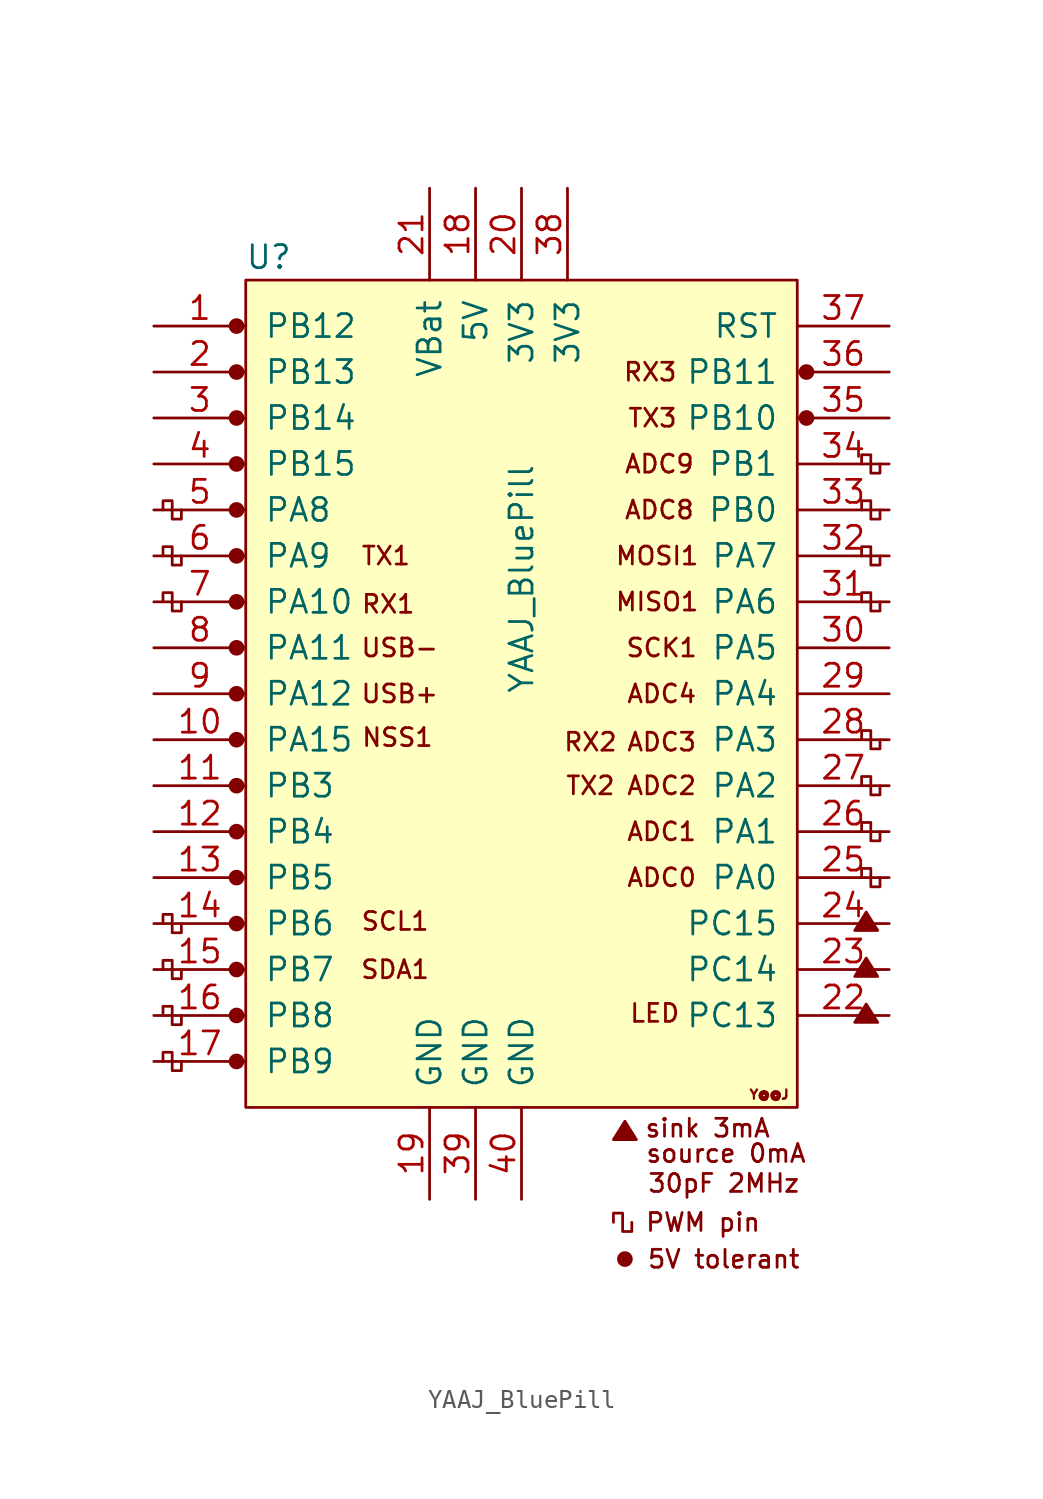
<source format=kicad_sym>
(kicad_symbol_lib
  (version 20211014)
  (generator kicad_symbol_editor)
  (symbol "YAAJ_BluePill"
    (pin_names
      (offset 1.016))
    (property "Reference" "U"
      (at -13.97 24.13 0)
      (effects (font (size 1.27 1.27))))
    (property "Value" "YAAJ_BluePill"
      (at 0 6.35 90)
      (effects (font (size 1.27 1.27))))
    (symbol "YAAJ_BluePill_0_0"
      (circle (center -15.748 -20.32) (radius 0.356) (stroke (width 0) (type default) (color 0 0 0 0)) (fill (type outline)))
      (circle (center -15.748 -17.78) (radius 0.356) (stroke (width 0) (type default) (color 0 0 0 0)) (fill (type outline)))
      (circle (center -15.748 -15.24) (radius 0.356) (stroke (width 0) (type default) (color 0 0 0 0)) (fill (type outline)))
      (circle (center -15.748 -12.7) (radius 0.356) (stroke (width 0) (type default) (color 0 0 0 0)) (fill (type outline)))
      (circle (center -15.748 -10.16) (radius 0.356) (stroke (width 0) (type default) (color 0 0 0 0)) (fill (type outline)))
      (circle (center -15.748 -7.62) (radius 0.356) (stroke (width 0) (type default) (color 0 0 0 0)) (fill (type outline)))
      (circle (center -15.748 -5.08) (radius 0.356) (stroke (width 0) (type default) (color 0 0 0 0)) (fill (type outline)))
      (circle (center -15.748 -2.54) (radius 0.356) (stroke (width 0) (type default) (color 0 0 0 0)) (fill (type outline)))
      (circle (center -15.748 0) (radius 0.356) (stroke (width 0) (type default) (color 0 0 0 0)) (fill (type outline)))
      (circle (center -15.748 2.54) (radius 0.356) (stroke (width 0) (type default) (color 0 0 0 0)) (fill (type outline)))
      (circle (center -15.748 5.08) (radius 0.356) (stroke (width 0) (type default) (color 0 0 0 0)) (fill (type outline)))
      (circle (center -15.748 7.62) (radius 0.356) (stroke (width 0) (type default) (color 0 0 0 0)) (fill (type outline)))
      (circle (center -15.748 10.16) (radius 0.356) (stroke (width 0) (type default) (color 0 0 0 0)) (fill (type outline)))
      (circle (center -15.748 12.7) (radius 0.356) (stroke (width 0) (type default) (color 0 0 0 0)) (fill (type outline)))
      (circle (center -15.748 15.24) (radius 0.356) (stroke (width 0) (type default) (color 0 0 0 0)) (fill (type outline)))
      (circle (center -15.748 20.32) (radius 0.356) (stroke (width 0) (type default) (color 0 0 0 0)) (fill (type outline)))
      (polyline (pts (xy 5.08 -24.638) (xy 5.715 -23.622) (xy 6.35 -24.638) (xy 5.08 -24.638) (xy 5.715 -23.749) (xy 6.223 -24.638) (xy 5.207 -24.511) (xy 5.715 -23.876) (xy 6.096 -24.638) (xy 5.334 -24.384) (xy 5.842 -24.003) (xy 5.969 -24.638) (xy 5.461 -24.257) (xy 5.969 -24.13) (xy 5.842 -24.511) (xy 5.588 -24.257) (xy 5.842 -24.384) (xy 5.715 -24.13)) (stroke (width 0) (type default) (color 0 0 0 0)) (fill (type none)))
      (polyline (pts (xy 18.415 -18.161) (xy 19.05 -17.145) (xy 19.685 -18.161) (xy 18.415 -18.161) (xy 19.05 -17.272) (xy 19.558 -18.161) (xy 18.542 -18.034) (xy 19.05 -17.399) (xy 19.431 -18.161) (xy 18.669 -17.907) (xy 19.177 -17.526) (xy 19.304 -18.161) (xy 18.796 -17.78) (xy 19.304 -17.653) (xy 19.177 -18.034) (xy 18.923 -17.78) (xy 19.177 -17.907) (xy 19.05 -17.653)) (stroke (width 0) (type default) (color 0 0 0 0)) (fill (type none)))
      (polyline (pts (xy 18.415 -15.621) (xy 19.05 -14.605) (xy 19.685 -15.621) (xy 18.415 -15.621) (xy 19.05 -14.732) (xy 19.558 -15.621) (xy 18.542 -15.494) (xy 19.05 -14.859) (xy 19.431 -15.621) (xy 18.669 -15.367) (xy 19.177 -14.986) (xy 19.304 -15.621) (xy 18.796 -15.24) (xy 19.304 -15.113) (xy 19.177 -15.494) (xy 18.923 -15.24) (xy 19.177 -15.367) (xy 19.05 -15.113)) (stroke (width 0) (type default) (color 0 0 0 0)) (fill (type none)))
      (polyline (pts (xy 18.415 -13.081) (xy 19.05 -12.065) (xy 19.685 -13.081) (xy 18.415 -13.081) (xy 19.05 -12.192) (xy 19.558 -13.081) (xy 18.542 -12.954) (xy 19.05 -12.319) (xy 19.431 -13.081) (xy 18.669 -12.827) (xy 19.177 -12.446) (xy 19.304 -13.081) (xy 18.796 -12.7) (xy 19.304 -12.573) (xy 19.177 -12.954) (xy 18.923 -12.7) (xy 19.177 -12.827) (xy 19.05 -12.573)) (stroke (width 0) (type default) (color 0 0 0 0)) (fill (type none)))
      (circle (center 5.715 -31.242) (radius 0.127) (stroke (width 0) (type default) (color 0 0 0 0)) (fill (type outline)))
      (circle (center 5.715 -31.242) (radius 0.254) (stroke (width 0) (type default) (color 0 0 0 0)) (fill (type none)))
      (circle (center 5.715 -31.242) (radius 0.356) (stroke (width 0) (type default) (color 0 0 0 0)) (fill (type none)))
      (circle (center 15.748 15.24) (radius 0.254) (stroke (width 0) (type default) (color 0 0 0 0)) (fill (type outline)))
      (circle (center 15.748 15.24) (radius 0.356) (stroke (width 0) (type default) (color 0 0 0 0)) (fill (type none)))
      (circle (center 15.748 17.78) (radius 0.254) (stroke (width 0) (type default) (color 0 0 0 0)) (fill (type outline)))
      (circle (center 15.748 17.78) (radius 0.356) (stroke (width 0) (type default) (color 0 0 0 0)) (fill (type none)))
      (text "30pF 2MHz" (at 11.176 -27.051 0) (effects (font (size 0.991 0.991))))
      (text "5V tolerant" (at 11.176 -31.242 0) (effects (font (size 0.991 0.991))))
      (text "ADC0" (at 7.747 -10.16 0) (effects (font (size 0.991 0.991))))
      (text "ADC1" (at 7.747 -7.62 0) (effects (font (size 0.991 0.991))))
      (text "ADC2" (at 7.747 -5.08 0) (effects (font (size 0.991 0.991))))
      (text "ADC3" (at 7.747 -2.667 0) (effects (font (size 0.991 0.991))))
      (text "ADC4" (at 7.747 0 0) (effects (font (size 0.991 0.991))))
      (text "ADC8" (at 7.62 10.16 0) (effects (font (size 0.991 0.991))))
      (text "ADC9" (at 7.62 12.7 0) (effects (font (size 0.991 0.991))))
      (text "LED" (at 7.366 -17.653 0) (effects (font (size 0.991 0.991))))
      (text "MISO1" (at 7.493 5.08 0) (effects (font (size 0.991 0.991))))
      (text "MOSI1" (at 7.493 7.62 0) (effects (font (size 0.991 0.991))))
      (text "NSS1" (at -6.858 -2.413 0) (effects (font (size 0.991 0.991))))
      (text "PWM pin" (at 10.033 -29.21 0) (effects (font (size 0.991 0.991))))
      (text "RX1" (at -7.366 4.953 0) (effects (font (size 0.991 0.991))))
      (text "RX2" (at 3.81 -2.667 0) (effects (font (size 0.991 0.991))))
      (text "RX3" (at 7.112 17.78 0) (effects (font (size 0.991 0.991))))
      (text "SCK1" (at 7.747 2.54 0) (effects (font (size 0.991 0.991))))
      (text "SCL1" (at -6.985 -12.573 0) (effects (font (size 0.991 0.991))))
      (text "SDA1" (at -6.985 -15.24 0) (effects (font (size 0.991 0.991))))
      (text "sink 3mA" (at 10.287 -24.003 0) (effects (font (size 0.991 0.991))))
      (text "source 0mA" (at 11.303 -25.4 0) (effects (font (size 0.991 0.991))))
      (text "TX1" (at -7.493 7.62 0) (effects (font (size 0.991 0.991))))
      (text "TX2" (at 3.81 -5.08 0) (effects (font (size 0.991 0.991))))
      (text "TX3" (at 7.239 15.24 0) (effects (font (size 0.991 0.991))))
      (text "USB+" (at -6.731 0 0) (effects (font (size 0.991 0.991))))
      (text "USB-" (at -6.731 2.54 0) (effects (font (size 0.991 0.991))))
      (text "Y@@J" (at 13.691 -22.149 0) (effects (font (size 0.508 0.508)))))
    (symbol "YAAJ_BluePill_0_1"
      (rectangle (start -15.24 22.86) (end 15.24 -22.86) (stroke (width 0) (type default) (color 0 0 0 0)) (fill (type background)))
      (polyline (pts (xy -18.796 -20.32) (xy -18.796 -20.828) (xy -19.304 -20.828) (xy -19.304 -19.812) (xy -19.812 -19.812) (xy -19.812 -20.32)) (stroke (width 0) (type default) (color 0 0 0 0)) (fill (type none)))
      (polyline (pts (xy -18.796 -17.78) (xy -18.796 -18.288) (xy -19.304 -18.288) (xy -19.304 -17.272) (xy -19.812 -17.272) (xy -19.812 -17.78)) (stroke (width 0) (type default) (color 0 0 0 0)) (fill (type none)))
      (polyline (pts (xy -18.796 -15.24) (xy -18.796 -15.748) (xy -19.304 -15.748) (xy -19.304 -14.732) (xy -19.812 -14.732) (xy -19.812 -15.24)) (stroke (width 0) (type default) (color 0 0 0 0)) (fill (type none)))
      (polyline (pts (xy -18.796 -12.7) (xy -18.796 -13.208) (xy -19.304 -13.208) (xy -19.304 -12.192) (xy -19.812 -12.192) (xy -19.812 -12.7)) (stroke (width 0) (type default) (color 0 0 0 0)) (fill (type none)))
      (polyline (pts (xy -18.796 5.08) (xy -18.796 4.572) (xy -19.304 4.572) (xy -19.304 5.588) (xy -19.812 5.588) (xy -19.812 5.08)) (stroke (width 0) (type default) (color 0 0 0 0)) (fill (type none)))
      (polyline (pts (xy -18.796 7.62) (xy -18.796 7.112) (xy -19.304 7.112) (xy -19.304 8.128) (xy -19.812 8.128) (xy -19.812 7.62)) (stroke (width 0) (type default) (color 0 0 0 0)) (fill (type none)))
      (polyline (pts (xy -18.796 10.16) (xy -18.796 9.652) (xy -19.304 9.652) (xy -19.304 10.668) (xy -19.812 10.668) (xy -19.812 10.16)) (stroke (width 0) (type default) (color 0 0 0 0)) (fill (type none)))
      (polyline (pts (xy 6.096 -29.21) (xy 6.096 -29.718) (xy 5.588 -29.718) (xy 5.588 -28.702) (xy 5.08 -28.702) (xy 5.08 -29.21)) (stroke (width 0) (type default) (color 0 0 0 0)) (fill (type none)))
      (polyline (pts (xy 19.812 -10.16) (xy 19.812 -10.668) (xy 19.304 -10.668) (xy 19.304 -9.652) (xy 18.796 -9.652) (xy 18.796 -10.16)) (stroke (width 0) (type default) (color 0 0 0 0)) (fill (type none)))
      (polyline (pts (xy 19.812 -7.62) (xy 19.812 -8.128) (xy 19.304 -8.128) (xy 19.304 -7.112) (xy 18.796 -7.112) (xy 18.796 -7.62)) (stroke (width 0) (type default) (color 0 0 0 0)) (fill (type none)))
      (polyline (pts (xy 19.812 -5.08) (xy 19.812 -5.588) (xy 19.304 -5.588) (xy 19.304 -4.572) (xy 18.796 -4.572) (xy 18.796 -5.08)) (stroke (width 0) (type default) (color 0 0 0 0)) (fill (type none)))
      (polyline (pts (xy 19.812 -2.54) (xy 19.812 -3.048) (xy 19.304 -3.048) (xy 19.304 -2.032) (xy 18.796 -2.032) (xy 18.796 -2.54)) (stroke (width 0) (type default) (color 0 0 0 0)) (fill (type none)))
      (polyline (pts (xy 19.812 5.08) (xy 19.812 4.572) (xy 19.304 4.572) (xy 19.304 5.588) (xy 18.796 5.588) (xy 18.796 5.08)) (stroke (width 0) (type default) (color 0 0 0 0)) (fill (type none)))
      (polyline (pts (xy 19.812 7.62) (xy 19.812 7.112) (xy 19.304 7.112) (xy 19.304 8.128) (xy 18.796 8.128) (xy 18.796 7.62)) (stroke (width 0) (type default) (color 0 0 0 0)) (fill (type none)))
      (polyline (pts (xy 19.812 10.16) (xy 19.812 9.652) (xy 19.304 9.652) (xy 19.304 10.668) (xy 18.796 10.668) (xy 18.796 10.16)) (stroke (width 0) (type default) (color 0 0 0 0)) (fill (type none)))
      (polyline (pts (xy 19.812 12.7) (xy 19.812 12.192) (xy 19.304 12.192) (xy 19.304 13.208) (xy 18.796 13.208) (xy 18.796 12.7)) (stroke (width 0) (type default) (color 0 0 0 0)) (fill (type none))))
    (symbol "YAAJ_BluePill_1_1"
      (circle (center -15.748 17.78) (radius 0.356) (stroke (width 0) (type default) (color 0 0 0 0)) (fill (type outline)))
      (pin bidirectional line (at -20.32 20.32 0) (length 5.08) (name "PB12" (effects (font (size 1.27 1.27)))) (number "1" (effects (font (size 1.27 1.27)))))
      (pin bidirectional line (at -20.32 -2.54 0) (length 5.08) (name "PA15" (effects (font (size 1.27 1.27)))) (number "10" (effects (font (size 1.27 1.27)))))
      (pin bidirectional line (at -20.32 -5.08 0) (length 5.08) (name "PB3" (effects (font (size 1.27 1.27)))) (number "11" (effects (font (size 1.27 1.27)))))
      (pin bidirectional line (at -20.32 -7.62 0) (length 5.08) (name "PB4" (effects (font (size 1.27 1.27)))) (number "12" (effects (font (size 1.27 1.27)))))
      (pin bidirectional line (at -20.32 -10.16 0) (length 5.08) (name "PB5" (effects (font (size 1.27 1.27)))) (number "13" (effects (font (size 1.27 1.27)))))
      (pin bidirectional line (at -20.32 -12.7 0) (length 5.08) (name "PB6" (effects (font (size 1.27 1.27)))) (number "14" (effects (font (size 1.27 1.27)))))
      (pin bidirectional line (at -20.32 -15.24 0) (length 5.08) (name "PB7" (effects (font (size 1.27 1.27)))) (number "15" (effects (font (size 1.27 1.27)))))
      (pin bidirectional line (at -20.32 -17.78 0) (length 5.08) (name "PB8" (effects (font (size 1.27 1.27)))) (number "16" (effects (font (size 1.27 1.27)))))
      (pin bidirectional line (at -20.32 -20.32 0) (length 5.08) (name "PB9" (effects (font (size 1.27 1.27)))) (number "17" (effects (font (size 1.27 1.27)))))
      (pin power_in line (at -2.54 27.94 270) (length 5.08) (name "5V" (effects (font (size 1.27 1.27)))) (number "18" (effects (font (size 1.27 1.27)))))
      (pin power_in line (at -5.08 -27.94 90) (length 5.08) (name "GND" (effects (font (size 1.27 1.27)))) (number "19" (effects (font (size 1.27 1.27)))))
      (pin bidirectional line (at -20.32 17.78 0) (length 5.08) (name "PB13" (effects (font (size 1.27 1.27)))) (number "2" (effects (font (size 1.27 1.27)))))
      (pin power_in line (at 0 27.94 270) (length 5.08) (name "3V3" (effects (font (size 1.27 1.27)))) (number "20" (effects (font (size 1.27 1.27)))))
      (pin power_in line (at -5.08 27.94 270) (length 5.08) (name "VBat" (effects (font (size 1.27 1.27)))) (number "21" (effects (font (size 1.27 1.27)))))
      (pin bidirectional line (at 20.32 -17.78 180) (length 5.08) (name "PC13" (effects (font (size 1.27 1.27)))) (number "22" (effects (font (size 1.27 1.27)))))
      (pin bidirectional line (at 20.32 -15.24 180) (length 5.08) (name "PC14" (effects (font (size 1.27 1.27)))) (number "23" (effects (font (size 1.27 1.27)))))
      (pin bidirectional line (at 20.32 -12.7 180) (length 5.08) (name "PC15" (effects (font (size 1.27 1.27)))) (number "24" (effects (font (size 1.27 1.27)))))
      (pin bidirectional line (at 20.32 -10.16 180) (length 5.08) (name "PA0" (effects (font (size 1.27 1.27)))) (number "25" (effects (font (size 1.27 1.27)))))
      (pin bidirectional line (at 20.32 -7.62 180) (length 5.08) (name "PA1" (effects (font (size 1.27 1.27)))) (number "26" (effects (font (size 1.27 1.27)))))
      (pin bidirectional line (at 20.32 -5.08 180) (length 5.08) (name "PA2" (effects (font (size 1.27 1.27)))) (number "27" (effects (font (size 1.27 1.27)))))
      (pin bidirectional line (at 20.32 -2.54 180) (length 5.08) (name "PA3" (effects (font (size 1.27 1.27)))) (number "28" (effects (font (size 1.27 1.27)))))
      (pin bidirectional line (at 20.32 0 180) (length 5.08) (name "PA4" (effects (font (size 1.27 1.27)))) (number "29" (effects (font (size 1.27 1.27)))))
      (pin bidirectional line (at -20.32 15.24 0) (length 5.08) (name "PB14" (effects (font (size 1.27 1.27)))) (number "3" (effects (font (size 1.27 1.27)))))
      (pin bidirectional line (at 20.32 2.54 180) (length 5.08) (name "PA5" (effects (font (size 1.27 1.27)))) (number "30" (effects (font (size 1.27 1.27)))))
      (pin bidirectional line (at 20.32 5.08 180) (length 5.08) (name "PA6" (effects (font (size 1.27 1.27)))) (number "31" (effects (font (size 1.27 1.27)))))
      (pin bidirectional line (at 20.32 7.62 180) (length 5.08) (name "PA7" (effects (font (size 1.27 1.27)))) (number "32" (effects (font (size 1.27 1.27)))))
      (pin bidirectional line (at 20.32 10.16 180) (length 5.08) (name "PB0" (effects (font (size 1.27 1.27)))) (number "33" (effects (font (size 1.27 1.27)))))
      (pin bidirectional line (at 20.32 12.7 180) (length 5.08) (name "PB1" (effects (font (size 1.27 1.27)))) (number "34" (effects (font (size 1.27 1.27)))))
      (pin bidirectional line (at 20.32 15.24 180) (length 5.08) (name "PB10" (effects (font (size 1.27 1.27)))) (number "35" (effects (font (size 1.27 1.27)))))
      (pin bidirectional line (at 20.32 17.78 180) (length 5.08) (name "PB11" (effects (font (size 1.27 1.27)))) (number "36" (effects (font (size 1.27 1.27)))))
      (pin input line (at 20.32 20.32 180) (length 5.08) (name "RST" (effects (font (size 1.27 1.27)))) (number "37" (effects (font (size 1.27 1.27)))))
      (pin power_in line (at 2.54 27.94 270) (length 5.08) (name "3V3" (effects (font (size 1.27 1.27)))) (number "38" (effects (font (size 1.27 1.27)))))
      (pin power_in line (at -2.54 -27.94 90) (length 5.08) (name "GND" (effects (font (size 1.27 1.27)))) (number "39" (effects (font (size 1.27 1.27)))))
      (pin bidirectional line (at -20.32 12.7 0) (length 5.08) (name "PB15" (effects (font (size 1.27 1.27)))) (number "4" (effects (font (size 1.27 1.27)))))
      (pin power_in line (at 0 -27.94 90) (length 5.08) (name "GND" (effects (font (size 1.27 1.27)))) (number "40" (effects (font (size 1.27 1.27)))))
      (pin bidirectional line (at -20.32 10.16 0) (length 5.08) (name "PA8" (effects (font (size 1.27 1.27)))) (number "5" (effects (font (size 1.27 1.27)))))
      (pin bidirectional line (at -20.32 7.62 0) (length 5.08) (name "PA9" (effects (font (size 1.27 1.27)))) (number "6" (effects (font (size 1.27 1.27)))))
      (pin bidirectional line (at -20.32 5.08 0) (length 5.08) (name "PA10" (effects (font (size 1.27 1.27)))) (number "7" (effects (font (size 1.27 1.27)))))
      (pin bidirectional line (at -20.32 2.54 0) (length 5.08) (name "PA11" (effects (font (size 1.27 1.27)))) (number "8" (effects (font (size 1.27 1.27)))))
      (pin bidirectional line (at -20.32 0 0) (length 5.08) (name "PA12" (effects (font (size 1.27 1.27)))) (number "9" (effects (font (size 1.27 1.27))))))))
</source>
